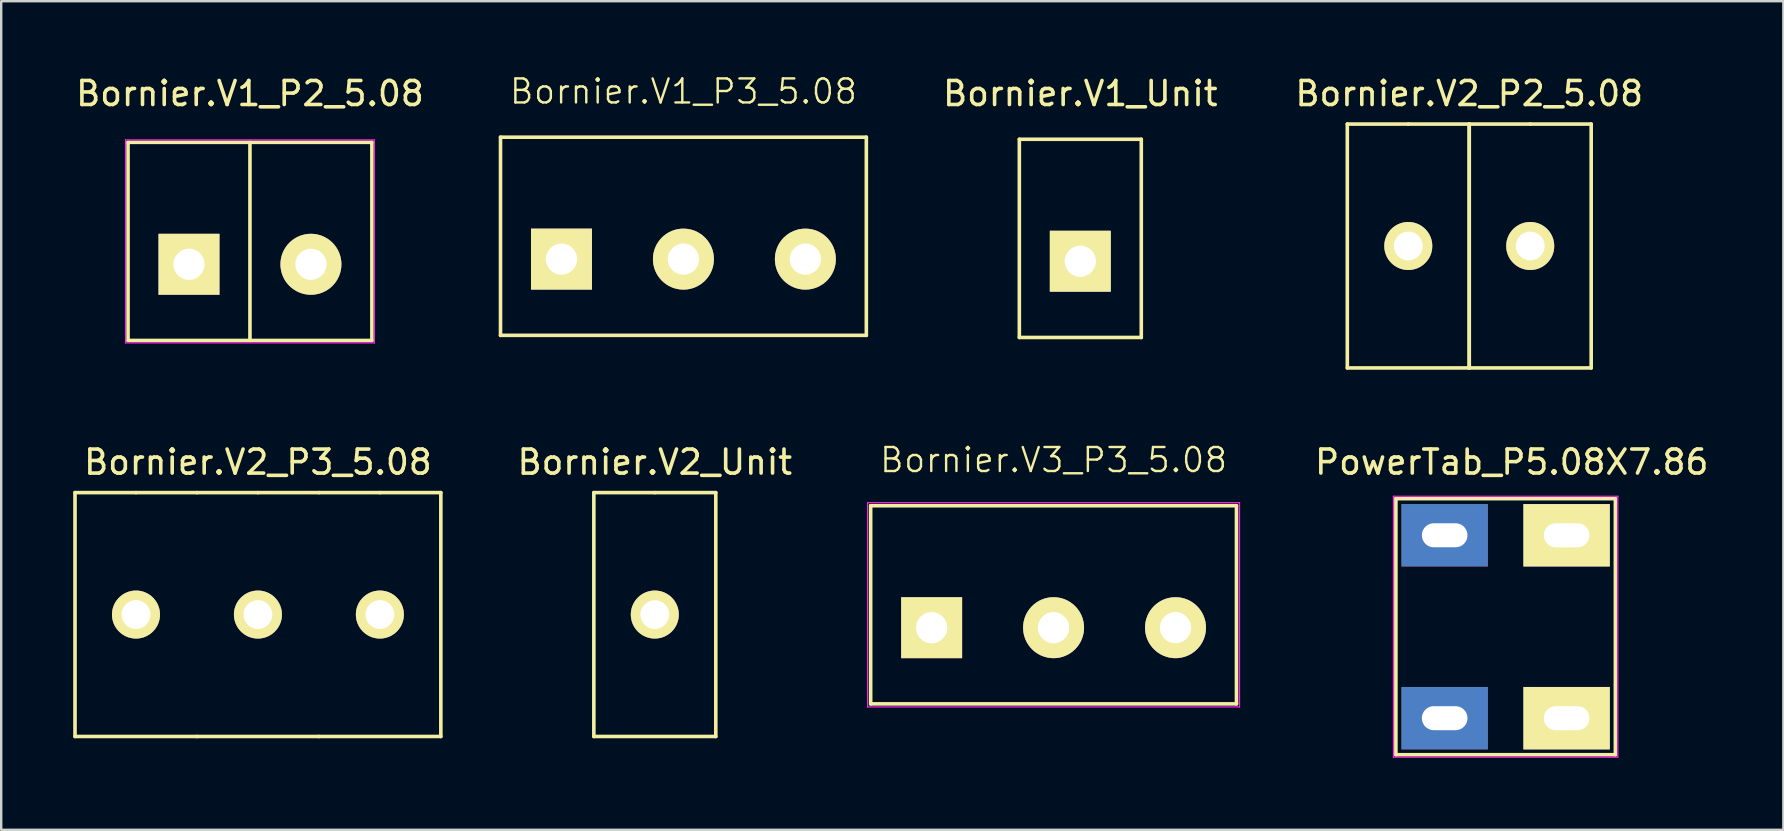
<source format=kicad_pcb>
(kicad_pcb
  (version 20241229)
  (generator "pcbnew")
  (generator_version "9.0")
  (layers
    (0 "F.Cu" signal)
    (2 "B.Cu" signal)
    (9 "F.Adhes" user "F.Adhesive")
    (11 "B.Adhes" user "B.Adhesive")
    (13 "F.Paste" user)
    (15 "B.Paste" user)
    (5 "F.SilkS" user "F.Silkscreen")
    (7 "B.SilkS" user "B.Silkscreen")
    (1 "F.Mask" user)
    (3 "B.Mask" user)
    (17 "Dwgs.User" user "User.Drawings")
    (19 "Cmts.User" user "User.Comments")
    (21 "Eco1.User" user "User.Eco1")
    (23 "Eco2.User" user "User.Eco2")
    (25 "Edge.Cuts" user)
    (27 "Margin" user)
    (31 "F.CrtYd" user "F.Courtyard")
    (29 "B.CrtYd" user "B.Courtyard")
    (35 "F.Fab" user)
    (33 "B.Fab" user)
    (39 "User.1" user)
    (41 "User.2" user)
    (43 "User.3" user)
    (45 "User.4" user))
  (footprint "Bornier.V1_P2_5.08"
    (layer "F.Cu")
    (at 4.823 7.96)
    (property "Reference" "Bornier.V1_P2_5.08" (at 2.54 -7.112 0) (layer "F.SilkS") (effects (font (size 1 1) (thickness 0.15))))
    (attr through_hole)
    (fp_line (start -2.54 -5.08) (end -2.54 3.175) (stroke (width 0.15) (type solid)) (layer "F.SilkS"))
    (fp_line (start -2.54 -5.08) (end 7.62 -5.08) (stroke (width 0.15) (type solid)) (layer "F.SilkS"))
    (fp_line (start -2.54 3.175) (end 7.62 3.175) (stroke (width 0.15) (type solid)) (layer "F.SilkS"))
    (fp_line (start 2.54 -5.08) (end 2.54 3.175) (stroke (width 0.15) (type solid)) (layer "F.SilkS"))
    (fp_line (start 7.62 -5.08) (end 7.62 3.175) (stroke (width 0.15) (type solid)) (layer "F.SilkS"))
    (fp_line (start -2.642 -5.182) (end -2.642 3.277) (stroke (width 0.05) (type solid)) (layer "F.CrtYd"))
    (fp_line (start -2.642 3.277) (end 7.722 3.277) (stroke (width 0.05) (type solid)) (layer "F.CrtYd"))
    (fp_line (start 7.722 -5.182) (end -2.642 -5.182) (stroke (width 0.05) (type solid)) (layer "F.CrtYd"))
    (fp_line (start 7.722 3.277) (end 7.722 -5.182) (stroke (width 0.05) (type solid)) (layer "F.CrtYd"))
    (pad "1" thru_hole rect (at 0 0) (size 2.54 2.54) (drill 1.3) (layers "*.Cu" "*.Mask" "F.SilkS"))
    (pad "2" thru_hole circle (at 5.08 0) (size 2.54 2.54) (drill 1.3) (layers "*.Cu" "*.Mask" "F.SilkS")))
  (footprint "Bornier.V1_P3_5.08"
    (layer "F.Cu")
    (at 25.421 7.745)
    (property "Reference" "Bornier.V1_P3_5.08" (at 0 -6.985 0) (layer "F.SilkS") (effects (font (size 1 1) (thickness 0.1))))
    (attr through_hole)
    (fp_line (start -7.62 -5.08) (end -7.62 3.175) (stroke (width 0.15) (type solid)) (layer "F.SilkS"))
    (fp_line (start -7.62 -5.08) (end 7.62 -5.08) (stroke (width 0.15) (type solid)) (layer "F.SilkS"))
    (fp_line (start -7.62 3.175) (end 7.62 3.175) (stroke (width 0.15) (type solid)) (layer "F.SilkS"))
    (fp_line (start 7.62 -5.08) (end 7.62 3.175) (stroke (width 0.15) (type solid)) (layer "F.SilkS"))
    (pad "1" thru_hole rect (at -5.08 0) (size 2.54 2.54) (drill 1.3) (layers "*.Cu" "*.Mask" "F.SilkS"))
    (pad "2" thru_hole circle (at 0 0) (size 2.54 2.54) (drill 1.3) (layers "*.Cu" "*.Mask" "F.SilkS"))
    (pad "3" thru_hole circle (at 5.08 0) (size 2.54 2.54) (drill 1.3) (layers "*.Cu" "*.Mask" "F.SilkS")))
  (footprint "Bornier.V3_P3_5.08"
    (layer "F.Cu")
    (at 35.761 23.099)
    (property "Reference" "Bornier.V3_P3_5.08" (at 5.08 -6.985 0) (layer "F.SilkS") (effects (font (size 1 1) (thickness 0.1))))
    (attr through_hole)
    (fp_line (start -2.54 -5.08) (end -2.54 3.175) (stroke (width 0.15) (type solid)) (layer "F.SilkS"))
    (fp_line (start -2.54 -5.08) (end 12.7 -5.08) (stroke (width 0.15) (type solid)) (layer "F.SilkS"))
    (fp_line (start -2.54 3.175) (end 12.7 3.175) (stroke (width 0.15) (type solid)) (layer "F.SilkS"))
    (fp_line (start 12.7 -5.08) (end 12.7 3.175) (stroke (width 0.15) (type solid)) (layer "F.SilkS"))
    (fp_line (start -2.667 -5.207) (end 12.827 -5.207) (stroke (width 0.05) (type solid)) (layer "F.CrtYd"))
    (fp_line (start -2.667 3.302) (end -2.667 -5.207) (stroke (width 0.05) (type solid)) (layer "F.CrtYd"))
    (fp_line (start -2.667 3.302) (end 12.827 3.302) (stroke (width 0.05) (type solid)) (layer "F.CrtYd"))
    (fp_line (start 12.827 -5.207) (end 12.827 3.302) (stroke (width 0.05) (type solid)) (layer "F.CrtYd"))
    (pad "1" thru_hole rect (at 0 0) (size 2.54 2.54) (drill 1.3) (layers "*.Cu" "*.Mask" "F.SilkS"))
    (pad "2" thru_hole circle (at 5.08 0) (size 2.54 2.54) (drill 1.3) (layers "*.Cu" "*.Mask" "F.SilkS"))
    (pad "3" thru_hole circle (at 10.16 0) (size 2.54 2.54) (drill 1.3) (layers "*.Cu" "*.Mask" "F.SilkS")))
  (footprint "Bornier.V1_Unit"
    (layer "F.Cu")
    (at 41.955 7.833)
    (property "Reference" "Bornier.V1_Unit" (at 0 -6.985 0) (layer "F.SilkS") (effects (font (size 1 1) (thickness 0.15))))
    (attr through_hole)
    (fp_line (start -2.54 -5.08) (end -2.54 3.175) (stroke (width 0.15) (type solid)) (layer "F.SilkS"))
    (fp_line (start -2.54 -5.08) (end 2.54 -5.08) (stroke (width 0.15) (type solid)) (layer "F.SilkS"))
    (fp_line (start 2.54 -5.08) (end 2.54 3.175) (stroke (width 0.15) (type solid)) (layer "F.SilkS"))
    (fp_line (start 2.54 3.175) (end -2.54 3.175) (stroke (width 0.15) (type solid)) (layer "F.SilkS"))
    (pad "1" thru_hole rect (at 0 0) (size 2.54 2.54) (drill 1.3) (layers "*.Cu" "*.Mask" "F.SilkS")))
  (footprint "Bornier.V2_Unit"
    (layer "F.Cu")
    (at 24.229 22.552)
    (property "Reference" "Bornier.V2_Unit" (at 0 -6.35 0) (layer "F.SilkS") (effects (font (size 1 1) (thickness 0.15))))
    (attr through_hole)
    (fp_line (start -2.54 -5.08) (end 0 -5.08) (stroke (width 0.15) (type solid)) (layer "F.SilkS"))
    (fp_line (start -2.54 5.08) (end -2.54 -5.08) (stroke (width 0.15) (type solid)) (layer "F.SilkS"))
    (fp_line (start 0 -5.08) (end 2.54 -5.08) (stroke (width 0.15) (type solid)) (layer "F.SilkS"))
    (fp_line (start 2.54 -5.08) (end 2.54 5.08) (stroke (width 0.15) (type solid)) (layer "F.SilkS"))
    (fp_line (start 2.54 5.08) (end -2.54 5.08) (stroke (width 0.15) (type solid)) (layer "F.SilkS"))
    (pad "1" thru_hole circle (at 0 0) (size 2 2) (drill 1.2) (layers "*.Cu" "*.Mask" "F.SilkS")))
  (footprint "PowerTab_P5.08X7.86"
    (layer "F.Cu")
    (at 59.674 23.059)
    (property "Reference" "PowerTab_P5.08X7.86" (at 0.254 -6.858 0) (layer "F.SilkS") (effects (font (size 1 1) (thickness 0.15))))
    (attr through_hole)
    (fp_line (start -4.572 -5.334) (end 4.572 -5.334) (stroke (width 0.15) (type solid)) (layer "F.SilkS"))
    (fp_line (start -4.572 5.334) (end -4.572 -5.334) (stroke (width 0.15) (type solid)) (layer "F.SilkS"))
    (fp_line (start 4.572 -5.334) (end 4.572 5.334) (stroke (width 0.15) (type solid)) (layer "F.SilkS"))
    (fp_line (start 4.572 5.334) (end -4.572 5.334) (stroke (width 0.15) (type solid)) (layer "F.SilkS"))
    (fp_line (start -4.674 -5.436) (end -4.674 5.436) (stroke (width 0.05) (type solid)) (layer "F.CrtYd"))
    (fp_line (start -4.674 5.436) (end 4.674 5.436) (stroke (width 0.05) (type solid)) (layer "F.CrtYd"))
    (fp_line (start 4.674 -5.436) (end -4.674 -5.436) (stroke (width 0.05) (type solid)) (layer "F.CrtYd"))
    (fp_line (start 4.674 5.436) (end 4.674 -5.436) (stroke (width 0.05) (type solid)) (layer "F.CrtYd"))
    (pad "1" thru_hole rect (at -2.54 -3.81) (size 3.6 2.6) (drill oval 1.9 1) (layers "*.Cu" "*.Mask"))
    (pad "1" thru_hole rect (at -2.54 3.81) (size 3.6 2.6) (drill oval 1.9 1) (layers "*.Cu" "*.Mask"))
    (pad "1" thru_hole rect (at 2.54 -3.81) (size 3.6 2.6) (drill oval 1.9 1) (layers "*.Cu" "*.Mask" "F.SilkS"))
    (pad "1" thru_hole rect (at 2.54 3.81) (size 3.6 2.6) (drill oval 1.9 1) (layers "*.Cu" "*.Mask" "F.SilkS")))
  (footprint "Bornier.V2_P2_5.08"
    (layer "F.Cu")
    (at 55.618 7.198)
    (property "Reference" "Bornier.V2_P2_5.08" (at 2.54 -6.35 0) (layer "F.SilkS") (effects (font (size 1 1) (thickness 0.15))))
    (attr through_hole)
    (fp_line (start -2.54 -5.08) (end 0 -5.08) (stroke (width 0.15) (type solid)) (layer "F.SilkS"))
    (fp_line (start -2.54 5.08) (end -2.54 -5.08) (stroke (width 0.15) (type solid)) (layer "F.SilkS"))
    (fp_line (start 0 -5.08) (end 2.54 -5.08) (stroke (width 0.15) (type solid)) (layer "F.SilkS"))
    (fp_line (start 2.54 -5.08) (end 2.54 5.08) (stroke (width 0.15) (type solid)) (layer "F.SilkS"))
    (fp_line (start 2.54 -5.08) (end 5.08 -5.08) (stroke (width 0.15) (type solid)) (layer "F.SilkS"))
    (fp_line (start 2.54 5.08) (end -2.54 5.08) (stroke (width 0.15) (type solid)) (layer "F.SilkS"))
    (fp_line (start 2.54 5.08) (end 2.54 -5.08) (stroke (width 0.15) (type solid)) (layer "F.SilkS"))
    (fp_line (start 5.08 -5.08) (end 7.62 -5.08) (stroke (width 0.15) (type solid)) (layer "F.SilkS"))
    (fp_line (start 7.62 -5.08) (end 7.62 5.08) (stroke (width 0.15) (type solid)) (layer "F.SilkS"))
    (fp_line (start 7.62 5.08) (end 2.54 5.08) (stroke (width 0.15) (type solid)) (layer "F.SilkS"))
    (pad "1" thru_hole circle (at 0 0) (size 2 2) (drill 1.2) (layers "*.Cu" "*.Mask" "F.SilkS"))
    (pad "2" thru_hole circle (at 5.08 0) (size 2 2) (drill 1.2) (layers "*.Cu" "*.Mask" "F.SilkS")))
  (footprint "Bornier.V2_P3_5.08"
    (layer "F.Cu")
    (at 2.615 22.552)
    (property "Reference" "Bornier.V2_P3_5.08" (at 5.08 -6.35 0) (layer "F.SilkS") (effects (font (size 1 1) (thickness 0.15))))
    (attr through_hole)
    (fp_line (start -2.54 -5.08) (end 0 -5.08) (stroke (width 0.15) (type solid)) (layer "F.SilkS"))
    (fp_line (start -2.54 5.08) (end -2.54 -5.08) (stroke (width 0.15) (type solid)) (layer "F.SilkS"))
    (fp_line (start 0 -5.08) (end 2.54 -5.08) (stroke (width 0.15) (type solid)) (layer "F.SilkS"))
    (fp_line (start 2.54 -5.08) (end 5.08 -5.08) (stroke (width 0.15) (type solid)) (layer "F.SilkS"))
    (fp_line (start 2.54 5.08) (end -2.54 5.08) (stroke (width 0.15) (type solid)) (layer "F.SilkS"))
    (fp_line (start 5.08 -5.08) (end 7.62 -5.08) (stroke (width 0.15) (type solid)) (layer "F.SilkS"))
    (fp_line (start 7.62 -5.08) (end 10.16 -5.08) (stroke (width 0.15) (type solid)) (layer "F.SilkS"))
    (fp_line (start 7.62 5.08) (end 2.54 5.08) (stroke (width 0.15) (type solid)) (layer "F.SilkS"))
    (fp_line (start 10.16 -5.08) (end 12.7 -5.08) (stroke (width 0.15) (type solid)) (layer "F.SilkS"))
    (fp_line (start 12.7 -5.08) (end 12.7 5.08) (stroke (width 0.15) (type solid)) (layer "F.SilkS"))
    (fp_line (start 12.7 5.08) (end 7.62 5.08) (stroke (width 0.15) (type solid)) (layer "F.SilkS"))
    (pad "1" thru_hole circle (at 0 0) (size 2 2) (drill 1.2) (layers "*.Cu" "*.Mask" "F.SilkS"))
    (pad "2" thru_hole circle (at 5.08 0) (size 2 2) (drill 1.2) (layers "*.Cu" "*.Mask" "F.SilkS"))
    (pad "3" thru_hole circle (at 10.16 0) (size 2 2) (drill 1.2) (layers "*.Cu" "*.Mask" "F.SilkS")))
  (gr_rect
    (start -3 -3)
    (end 71.244 31.52)
    (stroke (width 0.1) (type default))
    (fill no)
    (layer "Edge.Cuts")))
</source>
